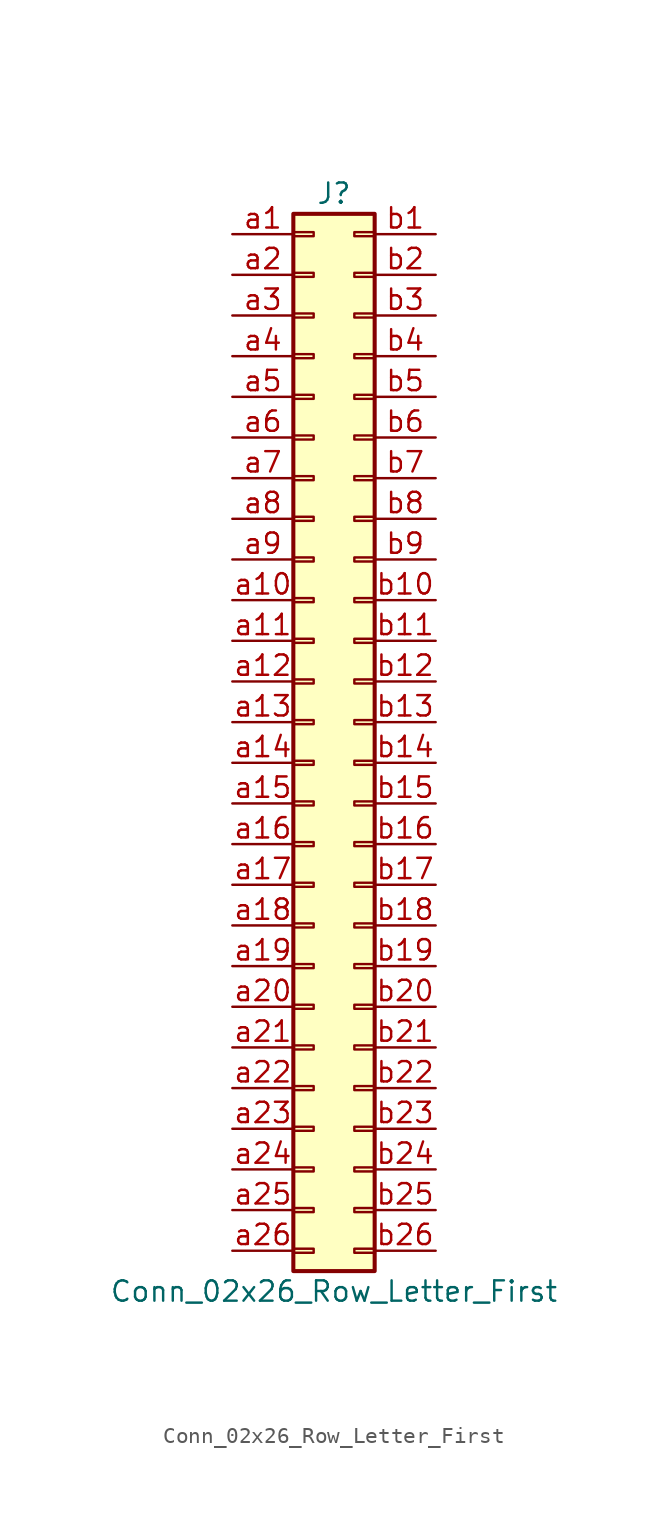
<source format=kicad_sym>
(kicad_symbol_lib
  (version 20201005)
  (generator kicad_symbol_editor)
  (symbol "Conn_02x26_Row_Letter_First"
    (pin_names
      (offset 1.016) hide)
    (property "Reference" "J"
      (at 1.27 33.02 0)
      (effects (font (size 1.27 1.27))))
    (property "Value" "Conn_02x26_Row_Letter_First"
      (at 1.27 -35.56 0)
      (effects (font (size 1.27 1.27))))
    (symbol "Conn_02x26_Row_Letter_First_1_1"
      (rectangle (start -1.27 -32.893) (end 0 -33.147) (stroke (width 0.152)) (fill (type none)))
      (rectangle (start -1.27 -30.353) (end 0 -30.607) (stroke (width 0.152)) (fill (type none)))
      (rectangle (start -1.27 -27.813) (end 0 -28.067) (stroke (width 0.152)) (fill (type none)))
      (rectangle (start -1.27 -25.273) (end 0 -25.527) (stroke (width 0.152)) (fill (type none)))
      (rectangle (start -1.27 -22.733) (end 0 -22.987) (stroke (width 0.152)) (fill (type none)))
      (rectangle (start -1.27 -20.193) (end 0 -20.447) (stroke (width 0.152)) (fill (type none)))
      (rectangle (start -1.27 -17.653) (end 0 -17.907) (stroke (width 0.152)) (fill (type none)))
      (rectangle (start -1.27 -15.113) (end 0 -15.367) (stroke (width 0.152)) (fill (type none)))
      (rectangle (start -1.27 -12.573) (end 0 -12.827) (stroke (width 0.152)) (fill (type none)))
      (rectangle (start -1.27 -10.033) (end 0 -10.287) (stroke (width 0.152)) (fill (type none)))
      (rectangle (start -1.27 -7.493) (end 0 -7.747) (stroke (width 0.152)) (fill (type none)))
      (rectangle (start -1.27 -4.953) (end 0 -5.207) (stroke (width 0.152)) (fill (type none)))
      (rectangle (start -1.27 -2.413) (end 0 -2.667) (stroke (width 0.152)) (fill (type none)))
      (rectangle (start -1.27 0.127) (end 0 -0.127) (stroke (width 0.152)) (fill (type none)))
      (rectangle (start -1.27 2.667) (end 0 2.413) (stroke (width 0.152)) (fill (type none)))
      (rectangle (start -1.27 5.207) (end 0 4.953) (stroke (width 0.152)) (fill (type none)))
      (rectangle (start -1.27 7.747) (end 0 7.493) (stroke (width 0.152)) (fill (type none)))
      (rectangle (start -1.27 10.287) (end 0 10.033) (stroke (width 0.152)) (fill (type none)))
      (rectangle (start -1.27 12.827) (end 0 12.573) (stroke (width 0.152)) (fill (type none)))
      (rectangle (start -1.27 15.367) (end 0 15.113) (stroke (width 0.152)) (fill (type none)))
      (rectangle (start -1.27 17.907) (end 0 17.653) (stroke (width 0.152)) (fill (type none)))
      (rectangle (start -1.27 20.447) (end 0 20.193) (stroke (width 0.152)) (fill (type none)))
      (rectangle (start -1.27 22.987) (end 0 22.733) (stroke (width 0.152)) (fill (type none)))
      (rectangle (start -1.27 25.527) (end 0 25.273) (stroke (width 0.152)) (fill (type none)))
      (rectangle (start -1.27 28.067) (end 0 27.813) (stroke (width 0.152)) (fill (type none)))
      (rectangle (start -1.27 30.607) (end 0 30.353) (stroke (width 0.152)) (fill (type none)))
      (rectangle (start -1.27 31.75) (end 3.81 -34.29) (stroke (width 0.254)) (fill (type background)))
      (rectangle (start 3.81 -32.893) (end 2.54 -33.147) (stroke (width 0.152)) (fill (type none)))
      (rectangle (start 3.81 -30.353) (end 2.54 -30.607) (stroke (width 0.152)) (fill (type none)))
      (rectangle (start 3.81 -27.813) (end 2.54 -28.067) (stroke (width 0.152)) (fill (type none)))
      (rectangle (start 3.81 -25.273) (end 2.54 -25.527) (stroke (width 0.152)) (fill (type none)))
      (rectangle (start 3.81 -22.733) (end 2.54 -22.987) (stroke (width 0.152)) (fill (type none)))
      (rectangle (start 3.81 -20.193) (end 2.54 -20.447) (stroke (width 0.152)) (fill (type none)))
      (rectangle (start 3.81 -17.653) (end 2.54 -17.907) (stroke (width 0.152)) (fill (type none)))
      (rectangle (start 3.81 -15.113) (end 2.54 -15.367) (stroke (width 0.152)) (fill (type none)))
      (rectangle (start 3.81 -12.573) (end 2.54 -12.827) (stroke (width 0.152)) (fill (type none)))
      (rectangle (start 3.81 -10.033) (end 2.54 -10.287) (stroke (width 0.152)) (fill (type none)))
      (rectangle (start 3.81 -7.493) (end 2.54 -7.747) (stroke (width 0.152)) (fill (type none)))
      (rectangle (start 3.81 -4.953) (end 2.54 -5.207) (stroke (width 0.152)) (fill (type none)))
      (rectangle (start 3.81 -2.413) (end 2.54 -2.667) (stroke (width 0.152)) (fill (type none)))
      (rectangle (start 3.81 0.127) (end 2.54 -0.127) (stroke (width 0.152)) (fill (type none)))
      (rectangle (start 3.81 2.667) (end 2.54 2.413) (stroke (width 0.152)) (fill (type none)))
      (rectangle (start 3.81 5.207) (end 2.54 4.953) (stroke (width 0.152)) (fill (type none)))
      (rectangle (start 3.81 7.747) (end 2.54 7.493) (stroke (width 0.152)) (fill (type none)))
      (rectangle (start 3.81 10.287) (end 2.54 10.033) (stroke (width 0.152)) (fill (type none)))
      (rectangle (start 3.81 12.827) (end 2.54 12.573) (stroke (width 0.152)) (fill (type none)))
      (rectangle (start 3.81 15.367) (end 2.54 15.113) (stroke (width 0.152)) (fill (type none)))
      (rectangle (start 3.81 17.907) (end 2.54 17.653) (stroke (width 0.152)) (fill (type none)))
      (rectangle (start 3.81 20.447) (end 2.54 20.193) (stroke (width 0.152)) (fill (type none)))
      (rectangle (start 3.81 22.987) (end 2.54 22.733) (stroke (width 0.152)) (fill (type none)))
      (rectangle (start 3.81 25.527) (end 2.54 25.273) (stroke (width 0.152)) (fill (type none)))
      (rectangle (start 3.81 28.067) (end 2.54 27.813) (stroke (width 0.152)) (fill (type none)))
      (rectangle (start 3.81 30.607) (end 2.54 30.353) (stroke (width 0.152)) (fill (type none)))
      (pin passive line (at -5.08 30.48 0) (length 3.81) (name "Pin_a1" (effects (font (size 1.27 1.27)))) (number "a1" (effects (font (size 1.27 1.27)))))
      (pin passive line (at -5.08 7.62 0) (length 3.81) (name "Pin_a10" (effects (font (size 1.27 1.27)))) (number "a10" (effects (font (size 1.27 1.27)))))
      (pin passive line (at -5.08 5.08 0) (length 3.81) (name "Pin_a11" (effects (font (size 1.27 1.27)))) (number "a11" (effects (font (size 1.27 1.27)))))
      (pin passive line (at -5.08 2.54 0) (length 3.81) (name "Pin_a12" (effects (font (size 1.27 1.27)))) (number "a12" (effects (font (size 1.27 1.27)))))
      (pin passive line (at -5.08 0 0) (length 3.81) (name "Pin_a13" (effects (font (size 1.27 1.27)))) (number "a13" (effects (font (size 1.27 1.27)))))
      (pin passive line (at -5.08 -2.54 0) (length 3.81) (name "Pin_a14" (effects (font (size 1.27 1.27)))) (number "a14" (effects (font (size 1.27 1.27)))))
      (pin passive line (at -5.08 -5.08 0) (length 3.81) (name "Pin_a15" (effects (font (size 1.27 1.27)))) (number "a15" (effects (font (size 1.27 1.27)))))
      (pin passive line (at -5.08 -7.62 0) (length 3.81) (name "Pin_a16" (effects (font (size 1.27 1.27)))) (number "a16" (effects (font (size 1.27 1.27)))))
      (pin passive line (at -5.08 -10.16 0) (length 3.81) (name "Pin_a17" (effects (font (size 1.27 1.27)))) (number "a17" (effects (font (size 1.27 1.27)))))
      (pin passive line (at -5.08 -12.7 0) (length 3.81) (name "Pin_a18" (effects (font (size 1.27 1.27)))) (number "a18" (effects (font (size 1.27 1.27)))))
      (pin passive line (at -5.08 -15.24 0) (length 3.81) (name "Pin_a19" (effects (font (size 1.27 1.27)))) (number "a19" (effects (font (size 1.27 1.27)))))
      (pin passive line (at -5.08 27.94 0) (length 3.81) (name "Pin_a2" (effects (font (size 1.27 1.27)))) (number "a2" (effects (font (size 1.27 1.27)))))
      (pin passive line (at -5.08 -17.78 0) (length 3.81) (name "Pin_a20" (effects (font (size 1.27 1.27)))) (number "a20" (effects (font (size 1.27 1.27)))))
      (pin passive line (at -5.08 -20.32 0) (length 3.81) (name "Pin_a21" (effects (font (size 1.27 1.27)))) (number "a21" (effects (font (size 1.27 1.27)))))
      (pin passive line (at -5.08 -22.86 0) (length 3.81) (name "Pin_a22" (effects (font (size 1.27 1.27)))) (number "a22" (effects (font (size 1.27 1.27)))))
      (pin passive line (at -5.08 -25.4 0) (length 3.81) (name "Pin_a23" (effects (font (size 1.27 1.27)))) (number "a23" (effects (font (size 1.27 1.27)))))
      (pin passive line (at -5.08 -27.94 0) (length 3.81) (name "Pin_a24" (effects (font (size 1.27 1.27)))) (number "a24" (effects (font (size 1.27 1.27)))))
      (pin passive line (at -5.08 -30.48 0) (length 3.81) (name "Pin_a25" (effects (font (size 1.27 1.27)))) (number "a25" (effects (font (size 1.27 1.27)))))
      (pin passive line (at -5.08 -33.02 0) (length 3.81) (name "Pin_a26" (effects (font (size 1.27 1.27)))) (number "a26" (effects (font (size 1.27 1.27)))))
      (pin passive line (at -5.08 25.4 0) (length 3.81) (name "Pin_a3" (effects (font (size 1.27 1.27)))) (number "a3" (effects (font (size 1.27 1.27)))))
      (pin passive line (at -5.08 22.86 0) (length 3.81) (name "Pin_a4" (effects (font (size 1.27 1.27)))) (number "a4" (effects (font (size 1.27 1.27)))))
      (pin passive line (at -5.08 20.32 0) (length 3.81) (name "Pin_a5" (effects (font (size 1.27 1.27)))) (number "a5" (effects (font (size 1.27 1.27)))))
      (pin passive line (at -5.08 17.78 0) (length 3.81) (name "Pin_a6" (effects (font (size 1.27 1.27)))) (number "a6" (effects (font (size 1.27 1.27)))))
      (pin passive line (at -5.08 15.24 0) (length 3.81) (name "Pin_a7" (effects (font (size 1.27 1.27)))) (number "a7" (effects (font (size 1.27 1.27)))))
      (pin passive line (at -5.08 12.7 0) (length 3.81) (name "Pin_a8" (effects (font (size 1.27 1.27)))) (number "a8" (effects (font (size 1.27 1.27)))))
      (pin passive line (at -5.08 10.16 0) (length 3.81) (name "Pin_a9" (effects (font (size 1.27 1.27)))) (number "a9" (effects (font (size 1.27 1.27)))))
      (pin passive line (at 7.62 30.48 180) (length 3.81) (name "Pin_b1" (effects (font (size 1.27 1.27)))) (number "b1" (effects (font (size 1.27 1.27)))))
      (pin passive line (at 7.62 7.62 180) (length 3.81) (name "Pin_b10" (effects (font (size 1.27 1.27)))) (number "b10" (effects (font (size 1.27 1.27)))))
      (pin passive line (at 7.62 5.08 180) (length 3.81) (name "Pin_b11" (effects (font (size 1.27 1.27)))) (number "b11" (effects (font (size 1.27 1.27)))))
      (pin passive line (at 7.62 2.54 180) (length 3.81) (name "Pin_b12" (effects (font (size 1.27 1.27)))) (number "b12" (effects (font (size 1.27 1.27)))))
      (pin passive line (at 7.62 0 180) (length 3.81) (name "Pin_b13" (effects (font (size 1.27 1.27)))) (number "b13" (effects (font (size 1.27 1.27)))))
      (pin passive line (at 7.62 -2.54 180) (length 3.81) (name "Pin_b14" (effects (font (size 1.27 1.27)))) (number "b14" (effects (font (size 1.27 1.27)))))
      (pin passive line (at 7.62 -5.08 180) (length 3.81) (name "Pin_b15" (effects (font (size 1.27 1.27)))) (number "b15" (effects (font (size 1.27 1.27)))))
      (pin passive line (at 7.62 -7.62 180) (length 3.81) (name "Pin_b16" (effects (font (size 1.27 1.27)))) (number "b16" (effects (font (size 1.27 1.27)))))
      (pin passive line (at 7.62 -10.16 180) (length 3.81) (name "Pin_b17" (effects (font (size 1.27 1.27)))) (number "b17" (effects (font (size 1.27 1.27)))))
      (pin passive line (at 7.62 -12.7 180) (length 3.81) (name "Pin_b18" (effects (font (size 1.27 1.27)))) (number "b18" (effects (font (size 1.27 1.27)))))
      (pin passive line (at 7.62 -15.24 180) (length 3.81) (name "Pin_b19" (effects (font (size 1.27 1.27)))) (number "b19" (effects (font (size 1.27 1.27)))))
      (pin passive line (at 7.62 27.94 180) (length 3.81) (name "Pin_b2" (effects (font (size 1.27 1.27)))) (number "b2" (effects (font (size 1.27 1.27)))))
      (pin passive line (at 7.62 -17.78 180) (length 3.81) (name "Pin_b20" (effects (font (size 1.27 1.27)))) (number "b20" (effects (font (size 1.27 1.27)))))
      (pin passive line (at 7.62 -20.32 180) (length 3.81) (name "Pin_b21" (effects (font (size 1.27 1.27)))) (number "b21" (effects (font (size 1.27 1.27)))))
      (pin passive line (at 7.62 -22.86 180) (length 3.81) (name "Pin_b22" (effects (font (size 1.27 1.27)))) (number "b22" (effects (font (size 1.27 1.27)))))
      (pin passive line (at 7.62 -25.4 180) (length 3.81) (name "Pin_b23" (effects (font (size 1.27 1.27)))) (number "b23" (effects (font (size 1.27 1.27)))))
      (pin passive line (at 7.62 -27.94 180) (length 3.81) (name "Pin_b24" (effects (font (size 1.27 1.27)))) (number "b24" (effects (font (size 1.27 1.27)))))
      (pin passive line (at 7.62 -30.48 180) (length 3.81) (name "Pin_b25" (effects (font (size 1.27 1.27)))) (number "b25" (effects (font (size 1.27 1.27)))))
      (pin passive line (at 7.62 -33.02 180) (length 3.81) (name "Pin_b26" (effects (font (size 1.27 1.27)))) (number "b26" (effects (font (size 1.27 1.27)))))
      (pin passive line (at 7.62 25.4 180) (length 3.81) (name "Pin_b3" (effects (font (size 1.27 1.27)))) (number "b3" (effects (font (size 1.27 1.27)))))
      (pin passive line (at 7.62 22.86 180) (length 3.81) (name "Pin_b4" (effects (font (size 1.27 1.27)))) (number "b4" (effects (font (size 1.27 1.27)))))
      (pin passive line (at 7.62 20.32 180) (length 3.81) (name "Pin_b5" (effects (font (size 1.27 1.27)))) (number "b5" (effects (font (size 1.27 1.27)))))
      (pin passive line (at 7.62 17.78 180) (length 3.81) (name "Pin_b6" (effects (font (size 1.27 1.27)))) (number "b6" (effects (font (size 1.27 1.27)))))
      (pin passive line (at 7.62 15.24 180) (length 3.81) (name "Pin_b7" (effects (font (size 1.27 1.27)))) (number "b7" (effects (font (size 1.27 1.27)))))
      (pin passive line (at 7.62 12.7 180) (length 3.81) (name "Pin_b8" (effects (font (size 1.27 1.27)))) (number "b8" (effects (font (size 1.27 1.27)))))
      (pin passive line (at 7.62 10.16 180) (length 3.81) (name "Pin_b9" (effects (font (size 1.27 1.27)))) (number "b9" (effects (font (size 1.27 1.27))))))))
</source>
